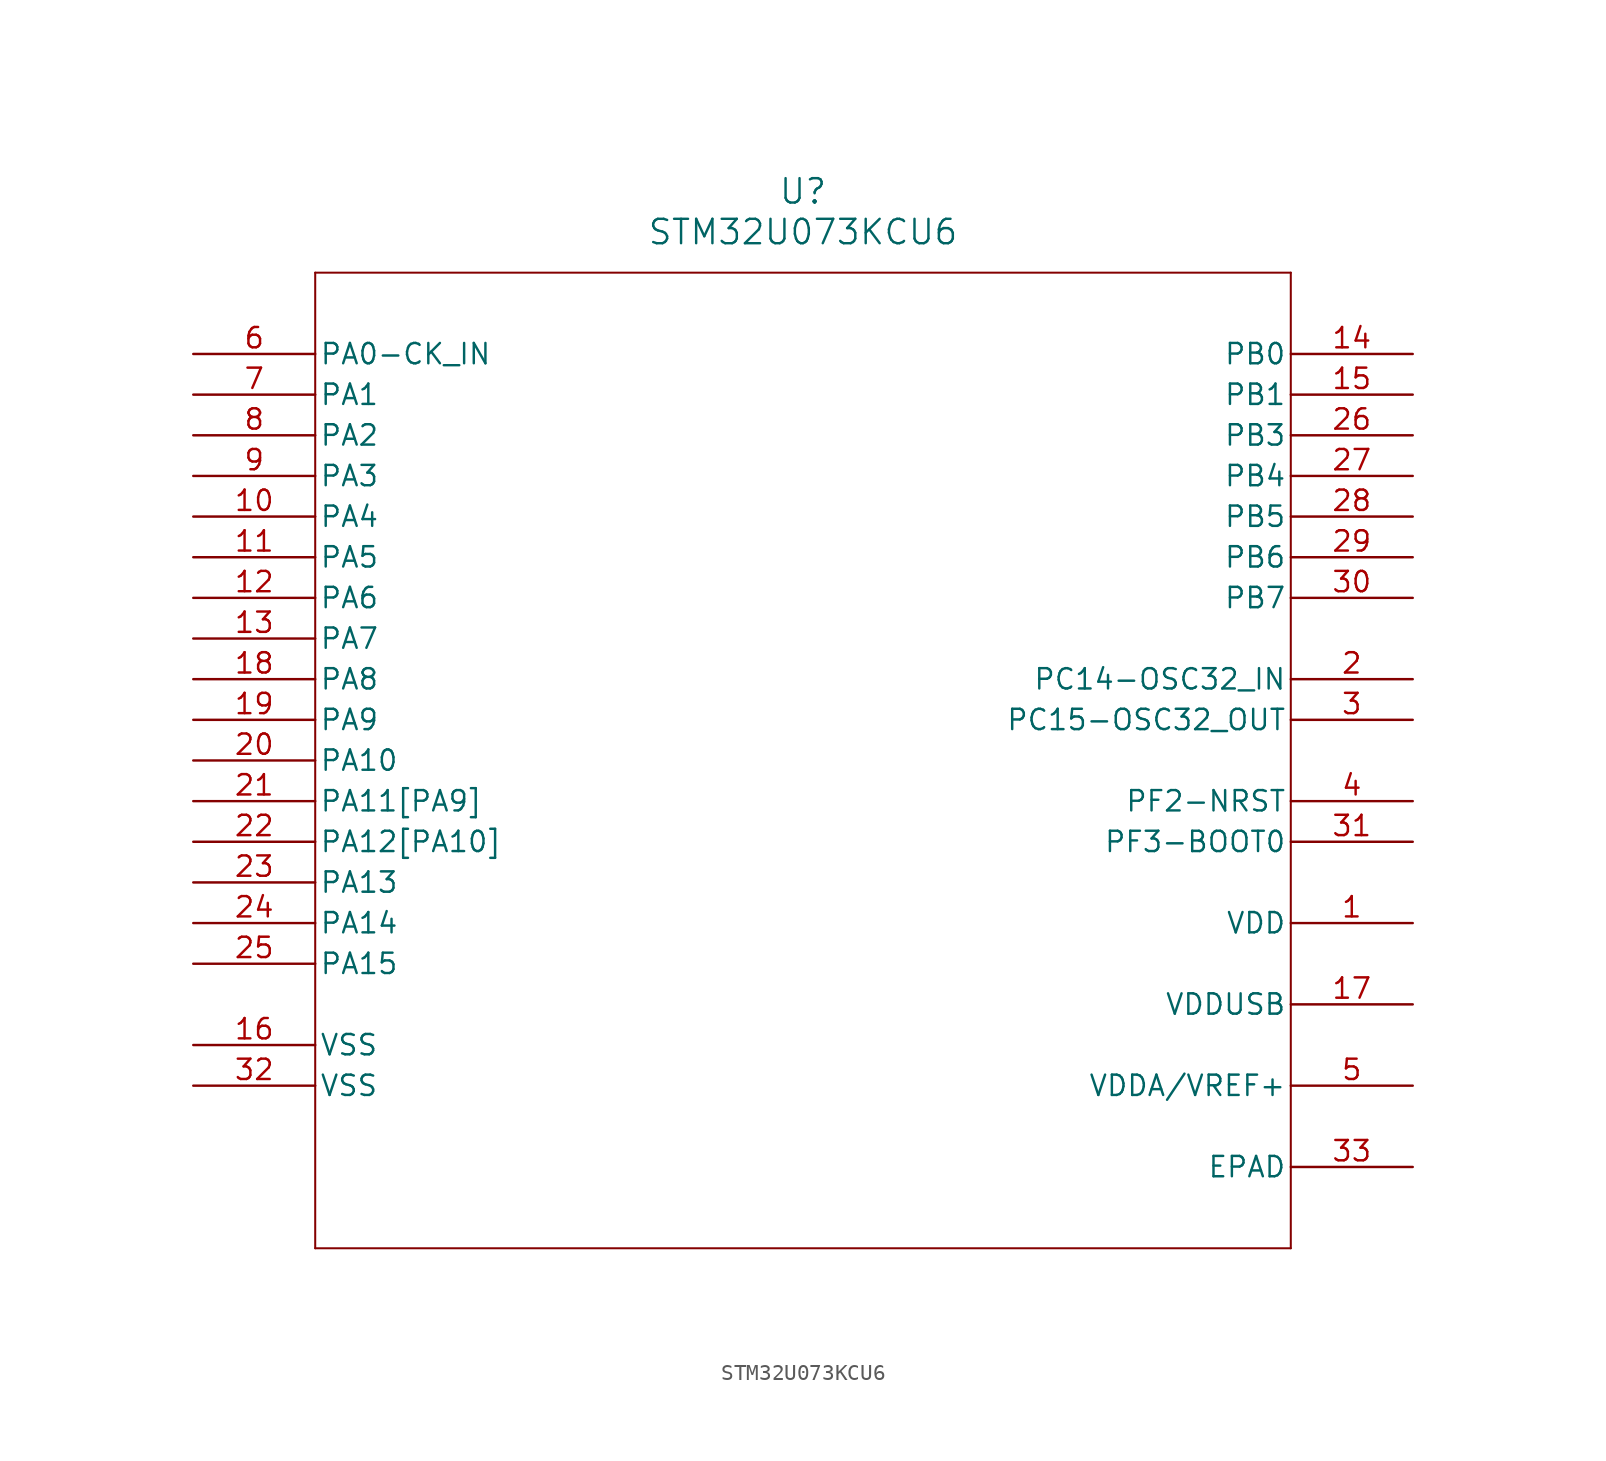
<source format=kicad_sym>
(kicad_symbol_lib
  (version 20211014)
  (generator kicad_symbol_editor)
  (symbol "STM32U073KCU6"
    (pin_names
      (offset 0.254))
    (property "Reference" "U"
      (at 38.1 10.16 0)
      (effects (font (size 1.524 1.524))))
    (property "Value" "STM32U073KCU6"
      (at 38.1 7.62 0)
      (effects (font (size 1.524 1.524))))
    (symbol "STM32U073KCU6_0_1"
      (polyline (pts (xy 7.62 5.08) (xy 7.62 -55.88)) (stroke (width 0.127) (type default) (color 0 0 0 0)) (fill (type none)))
      (polyline (pts (xy 7.62 -55.88) (xy 68.58 -55.88)) (stroke (width 0.127) (type default) (color 0 0 0 0)) (fill (type none)))
      (polyline (pts (xy 68.58 -55.88) (xy 68.58 5.08)) (stroke (width 0.127) (type default) (color 0 0 0 0)) (fill (type none)))
      (polyline (pts (xy 68.58 5.08) (xy 7.62 5.08)) (stroke (width 0.127) (type default) (color 0 0 0 0)) (fill (type none)))
      (pin power_in line (at 76.2 -35.56 180) (length 7.62) (name "VDD" (effects (font (size 1.27 1.27)))) (number "1" (effects (font (size 1.27 1.27)))))
      (pin bidirectional line (at 76.2 -20.32 180) (length 7.62) (name "PC14-OSC32_IN" (effects (font (size 1.27 1.27)))) (number "2" (effects (font (size 1.27 1.27)))))
      (pin bidirectional line (at 76.2 -22.86 180) (length 7.62) (name "PC15-OSC32_OUT" (effects (font (size 1.27 1.27)))) (number "3" (effects (font (size 1.27 1.27)))))
      (pin bidirectional line (at 76.2 -27.94 180) (length 7.62) (name "PF2-NRST" (effects (font (size 1.27 1.27)))) (number "4" (effects (font (size 1.27 1.27)))))
      (pin power_in line (at 76.2 -45.72 180) (length 7.62) (name "VDDA/VREF+" (effects (font (size 1.27 1.27)))) (number "5" (effects (font (size 1.27 1.27)))))
      (pin bidirectional line (at 0 0 0) (length 7.62) (name "PA0-CK_IN" (effects (font (size 1.27 1.27)))) (number "6" (effects (font (size 1.27 1.27)))))
      (pin bidirectional line (at 0 -2.54 0) (length 7.62) (name "PA1" (effects (font (size 1.27 1.27)))) (number "7" (effects (font (size 1.27 1.27)))))
      (pin bidirectional line (at 0 -5.08 0) (length 7.62) (name "PA2" (effects (font (size 1.27 1.27)))) (number "8" (effects (font (size 1.27 1.27)))))
      (pin bidirectional line (at 0 -7.62 0) (length 7.62) (name "PA3" (effects (font (size 1.27 1.27)))) (number "9" (effects (font (size 1.27 1.27)))))
      (pin bidirectional line (at 0 -10.16 0) (length 7.62) (name "PA4" (effects (font (size 1.27 1.27)))) (number "10" (effects (font (size 1.27 1.27)))))
      (pin bidirectional line (at 0 -12.7 0) (length 7.62) (name "PA5" (effects (font (size 1.27 1.27)))) (number "11" (effects (font (size 1.27 1.27)))))
      (pin bidirectional line (at 0 -15.24 0) (length 7.62) (name "PA6" (effects (font (size 1.27 1.27)))) (number "12" (effects (font (size 1.27 1.27)))))
      (pin bidirectional line (at 0 -17.78 0) (length 7.62) (name "PA7" (effects (font (size 1.27 1.27)))) (number "13" (effects (font (size 1.27 1.27)))))
      (pin bidirectional line (at 76.2 0 180) (length 7.62) (name "PB0" (effects (font (size 1.27 1.27)))) (number "14" (effects (font (size 1.27 1.27)))))
      (pin bidirectional line (at 76.2 -2.54 180) (length 7.62) (name "PB1" (effects (font (size 1.27 1.27)))) (number "15" (effects (font (size 1.27 1.27)))))
      (pin power_in line (at 0 -43.18 0) (length 7.62) (name "VSS" (effects (font (size 1.27 1.27)))) (number "16" (effects (font (size 1.27 1.27)))))
      (pin power_in line (at 76.2 -40.64 180) (length 7.62) (name "VDDUSB" (effects (font (size 1.27 1.27)))) (number "17" (effects (font (size 1.27 1.27)))))
      (pin bidirectional line (at 0 -20.32 0) (length 7.62) (name "PA8" (effects (font (size 1.27 1.27)))) (number "18" (effects (font (size 1.27 1.27)))))
      (pin bidirectional line (at 0 -22.86 0) (length 7.62) (name "PA9" (effects (font (size 1.27 1.27)))) (number "19" (effects (font (size 1.27 1.27)))))
      (pin bidirectional line (at 0 -25.4 0) (length 7.62) (name "PA10" (effects (font (size 1.27 1.27)))) (number "20" (effects (font (size 1.27 1.27)))))
      (pin bidirectional line (at 0 -27.94 0) (length 7.62) (name "PA11[PA9]" (effects (font (size 1.27 1.27)))) (number "21" (effects (font (size 1.27 1.27)))))
      (pin bidirectional line (at 0 -30.48 0) (length 7.62) (name "PA12[PA10]" (effects (font (size 1.27 1.27)))) (number "22" (effects (font (size 1.27 1.27)))))
      (pin bidirectional line (at 0 -33.02 0) (length 7.62) (name "PA13" (effects (font (size 1.27 1.27)))) (number "23" (effects (font (size 1.27 1.27)))))
      (pin bidirectional line (at 0 -35.56 0) (length 7.62) (name "PA14" (effects (font (size 1.27 1.27)))) (number "24" (effects (font (size 1.27 1.27)))))
      (pin bidirectional line (at 0 -38.1 0) (length 7.62) (name "PA15" (effects (font (size 1.27 1.27)))) (number "25" (effects (font (size 1.27 1.27)))))
      (pin bidirectional line (at 76.2 -5.08 180) (length 7.62) (name "PB3" (effects (font (size 1.27 1.27)))) (number "26" (effects (font (size 1.27 1.27)))))
      (pin bidirectional line (at 76.2 -7.62 180) (length 7.62) (name "PB4" (effects (font (size 1.27 1.27)))) (number "27" (effects (font (size 1.27 1.27)))))
      (pin bidirectional line (at 76.2 -10.16 180) (length 7.62) (name "PB5" (effects (font (size 1.27 1.27)))) (number "28" (effects (font (size 1.27 1.27)))))
      (pin bidirectional line (at 76.2 -12.7 180) (length 7.62) (name "PB6" (effects (font (size 1.27 1.27)))) (number "29" (effects (font (size 1.27 1.27)))))
      (pin bidirectional line (at 76.2 -15.24 180) (length 7.62) (name "PB7" (effects (font (size 1.27 1.27)))) (number "30" (effects (font (size 1.27 1.27)))))
      (pin bidirectional line (at 76.2 -30.48 180) (length 7.62) (name "PF3-BOOT0" (effects (font (size 1.27 1.27)))) (number "31" (effects (font (size 1.27 1.27)))))
      (pin power_in line (at 0 -45.72 0) (length 7.62) (name "VSS" (effects (font (size 1.27 1.27)))) (number "32" (effects (font (size 1.27 1.27)))))
      (pin unspecified line (at 76.2 -50.8 180) (length 7.62) (name "EPAD" (effects (font (size 1.27 1.27)))) (number "33" (effects (font (size 1.27 1.27))))))))
</source>
